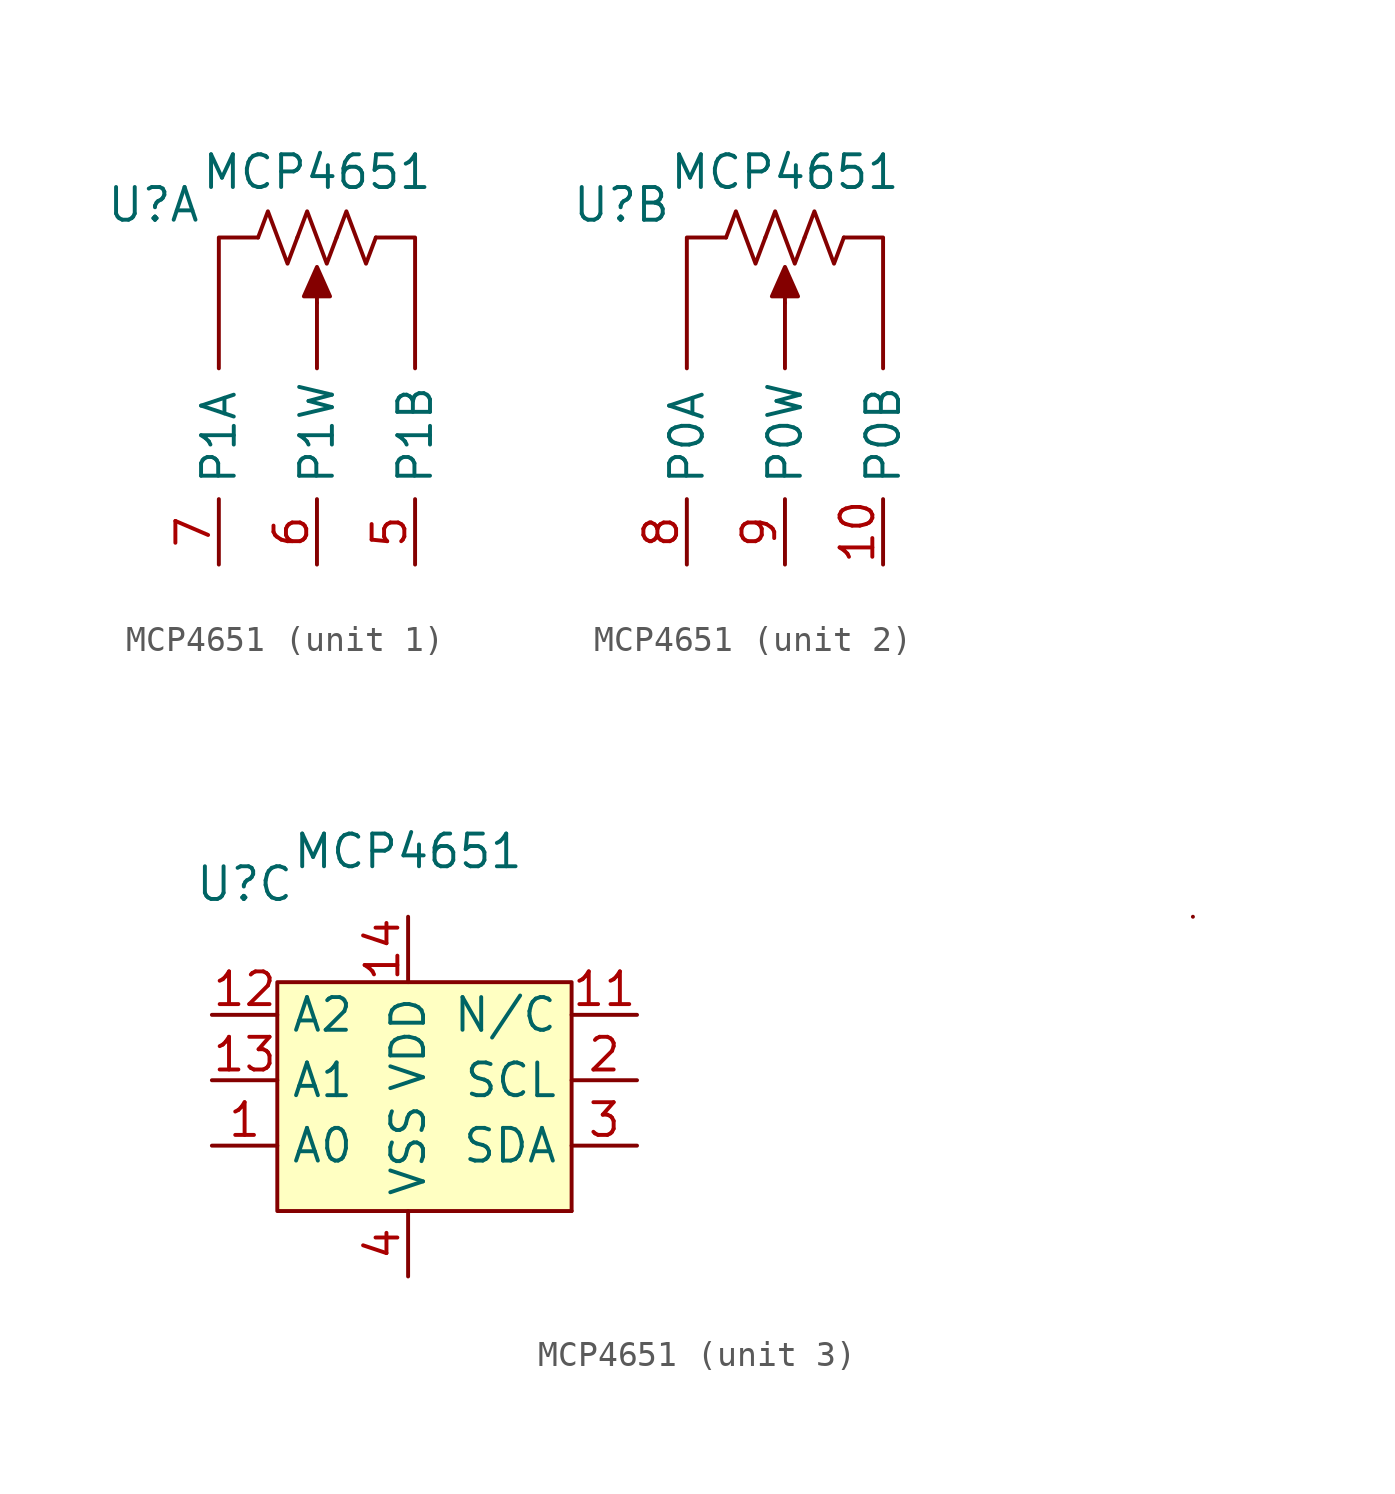
<source format=kicad_sym>
(kicad_symbol_lib
  (version 20211014)
  (generator kicad_symbol_editor)
  (symbol "MCP4651"
    (property "Reference" "U"
      (at -6.35 11.43 0)
      (effects (font (size 1.27 1.27))))
    (property "Value" "MCP4651"
      (at 0 12.7 0)
      (effects (font (size 1.27 1.27))))
    (property "ki_locked" ""
      (at 0 0 0)
      (effects (font (size 1.27 1.27))))
    (symbol "MCP4651_1_1"
      (polyline (pts (xy 0 5.08) (xy 0 7.62)) (stroke (width 0) (type default) (color 0 0 0 0)) (fill (type none)))
      (polyline (pts (xy 0 7.62) (xy 0 8.636)) (stroke (width 0) (type default) (color 0 0 0 0)) (fill (type none)))
      (polyline (pts (xy -3.81 5.08) (xy -3.81 10.16) (xy -2.286 10.16)) (stroke (width 0) (type default) (color 0 0 0 0)) (fill (type none)))
      (polyline (pts (xy 3.81 5.08) (xy 3.81 10.16) (xy 2.286 10.16)) (stroke (width 0) (type default) (color 0 0 0 0)) (fill (type none)))
      (polyline (pts (xy 0 9.017) (xy 0.508 7.874) (xy -0.508 7.874) (xy 0 9.017)) (stroke (width 0) (type default) (color 0 0 0 0)) (fill (type outline)))
      (polyline (pts (xy -0.762 10.16) (xy -1.143 9.144) (xy -1.524 10.16) (xy -1.905 11.176) (xy -2.286 10.16)) (stroke (width 0) (type default) (color 0 0 0 0)) (fill (type none)))
      (polyline (pts (xy 0.762 10.16) (xy 0.381 9.144) (xy 0 10.16) (xy -0.381 11.176) (xy -0.762 10.16)) (stroke (width 0) (type default) (color 0 0 0 0)) (fill (type none)))
      (polyline (pts (xy 2.286 10.16) (xy 1.905 9.144) (xy 1.524 10.16) (xy 1.143 11.176) (xy 0.762 10.16)) (stroke (width 0) (type default) (color 0 0 0 0)) (fill (type none)))
      (pin bidirectional line (at 3.81 -2.54 90) (length 2.54) (name "P1B" (effects (font (size 1.27 1.27)))) (number "5" (effects (font (size 1.27 1.27)))))
      (pin bidirectional line (at 0 -2.54 90) (length 2.54) (name "P1W" (effects (font (size 1.27 1.27)))) (number "6" (effects (font (size 1.27 1.27)))))
      (pin bidirectional line (at -3.81 -2.54 90) (length 2.54) (name "P1A" (effects (font (size 1.27 1.27)))) (number "7" (effects (font (size 1.27 1.27))))))
    (symbol "MCP4651_2_1"
      (polyline (pts (xy 0 5.08) (xy 0 7.62)) (stroke (width 0) (type default) (color 0 0 0 0)) (fill (type none)))
      (polyline (pts (xy 0 7.62) (xy 0 8.636)) (stroke (width 0) (type default) (color 0 0 0 0)) (fill (type none)))
      (polyline (pts (xy -3.81 5.08) (xy -3.81 10.16) (xy -2.286 10.16)) (stroke (width 0) (type default) (color 0 0 0 0)) (fill (type none)))
      (polyline (pts (xy 3.81 5.08) (xy 3.81 10.16) (xy 2.286 10.16)) (stroke (width 0) (type default) (color 0 0 0 0)) (fill (type none)))
      (polyline (pts (xy 0 9.017) (xy 0.508 7.874) (xy -0.508 7.874) (xy 0 9.017)) (stroke (width 0) (type default) (color 0 0 0 0)) (fill (type outline)))
      (polyline (pts (xy -0.762 10.16) (xy -1.143 9.144) (xy -1.524 10.16) (xy -1.905 11.176) (xy -2.286 10.16)) (stroke (width 0) (type default) (color 0 0 0 0)) (fill (type none)))
      (polyline (pts (xy 0.762 10.16) (xy 0.381 9.144) (xy 0 10.16) (xy -0.381 11.176) (xy -0.762 10.16)) (stroke (width 0) (type default) (color 0 0 0 0)) (fill (type none)))
      (polyline (pts (xy 2.286 10.16) (xy 1.905 9.144) (xy 1.524 10.16) (xy 1.143 11.176) (xy 0.762 10.16)) (stroke (width 0) (type default) (color 0 0 0 0)) (fill (type none)))
      (pin bidirectional line (at 3.81 -2.54 90) (length 2.54) (name "P0B" (effects (font (size 1.27 1.27)))) (number "10" (effects (font (size 1.27 1.27)))))
      (pin bidirectional line (at -3.81 -2.54 90) (length 2.54) (name "P0A" (effects (font (size 1.27 1.27)))) (number "8" (effects (font (size 1.27 1.27)))))
      (pin bidirectional line (at 0 -2.54 90) (length 2.54) (name "P0W" (effects (font (size 1.27 1.27)))) (number "9" (effects (font (size 1.27 1.27))))))
    (symbol "MCP4651_3_1"
      (rectangle (start -5.08 7.62) (end 6.35 -1.27) (stroke (width 0) (type default) (color 0 0 0 0)) (fill (type background)))
      (rectangle (start 6.35 -1.27) (end 6.35 -1.27) (stroke (width 0) (type default) (color 0 0 0 0)) (fill (type none)))
      (rectangle (start 30.48 10.16) (end 30.48 10.16) (stroke (width 0) (type default) (color 0 0 0 0)) (fill (type none)))
      (pin bidirectional line (at -7.62 1.27 0) (length 2.54) (name "A0" (effects (font (size 1.27 1.27)))) (number "1" (effects (font (size 1.27 1.27)))))
      (pin bidirectional line (at 8.89 6.35 180) (length 2.54) (name "N/C" (effects (font (size 1.27 1.27)))) (number "11" (effects (font (size 1.27 1.27)))))
      (pin bidirectional line (at -7.62 6.35 0) (length 2.54) (name "A2" (effects (font (size 1.27 1.27)))) (number "12" (effects (font (size 1.27 1.27)))))
      (pin bidirectional line (at -7.62 3.81 0) (length 2.54) (name "A1" (effects (font (size 1.27 1.27)))) (number "13" (effects (font (size 1.27 1.27)))))
      (pin bidirectional line (at 0 10.16 270) (length 2.54) (name "VDD" (effects (font (size 1.27 1.27)))) (number "14" (effects (font (size 1.27 1.27)))))
      (pin bidirectional line (at 8.89 3.81 180) (length 2.54) (name "SCL" (effects (font (size 1.27 1.27)))) (number "2" (effects (font (size 1.27 1.27)))))
      (pin bidirectional line (at 8.89 1.27 180) (length 2.54) (name "SDA" (effects (font (size 1.27 1.27)))) (number "3" (effects (font (size 1.27 1.27)))))
      (pin bidirectional line (at 0 -3.81 90) (length 2.54) (name "VSS" (effects (font (size 1.27 1.27)))) (number "4" (effects (font (size 1.27 1.27))))))))
</source>
